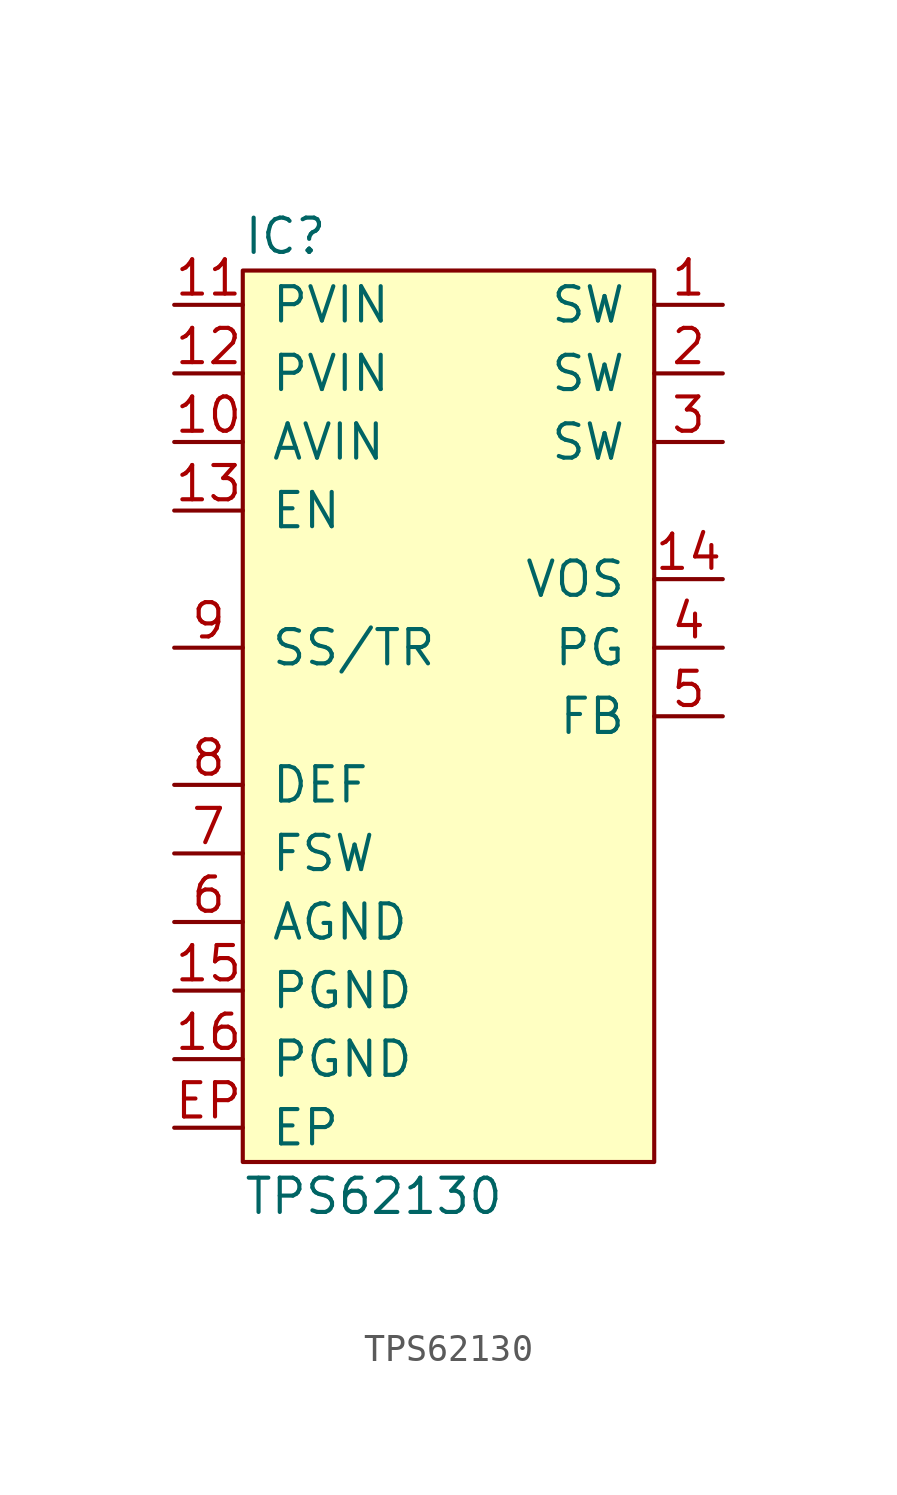
<source format=kicad_sym>
(kicad_symbol_lib
  (version 20211014)
  (generator agg_kicad.build_lib_ic)
  (symbol "TPS62130"
    (pin_names
      (offset 1.016))
    (property Reference IC
      (at -7.62 17.78 0)
      (effects (font (size 1.27 1.27)) (justify left)))
    (property Value "TPS62130"
      (at -7.62 -17.78 0)
      (effects (font (size 1.27 1.27)) (justify left)))
    (symbol "TPS62130_0_0"
      (rectangle (start -7.62 16.51) (end 7.62 -16.51) (stroke (width 0) (type default) (color 0 0 0 0)) (fill (type background)))
      (pin power_in line (at -10.16 15.24 0) (length 2.54) (name PVIN (effects (font (size 1.27 1.27)))) (number "11" (effects (font (size 1.27 1.27)))))
      (pin power_in line (at -10.16 12.7 0) (length 2.54) (name PVIN (effects (font (size 1.27 1.27)))) (number "12" (effects (font (size 1.27 1.27)))))
      (pin power_in line (at -10.16 10.16 0) (length 2.54) (name AVIN (effects (font (size 1.27 1.27)))) (number "10" (effects (font (size 1.27 1.27)))))
      (pin input line (at -10.16 7.62 0) (length 2.54) (name EN (effects (font (size 1.27 1.27)))) (number "13" (effects (font (size 1.27 1.27)))))
      (pin input line (at -10.16 2.54 0) (length 2.54) (name "SS/TR" (effects (font (size 1.27 1.27)))) (number "9" (effects (font (size 1.27 1.27)))))
      (pin input line (at -10.16 -2.54 0) (length 2.54) (name DEF (effects (font (size 1.27 1.27)))) (number "8" (effects (font (size 1.27 1.27)))))
      (pin input line (at -10.16 -5.08 0) (length 2.54) (name FSW (effects (font (size 1.27 1.27)))) (number "7" (effects (font (size 1.27 1.27)))))
      (pin power_in line (at -10.16 -7.62 0) (length 2.54) (name AGND (effects (font (size 1.27 1.27)))) (number "6" (effects (font (size 1.27 1.27)))))
      (pin power_in line (at -10.16 -10.16 0) (length 2.54) (name PGND (effects (font (size 1.27 1.27)))) (number "15" (effects (font (size 1.27 1.27)))))
      (pin power_in line (at -10.16 -12.7 0) (length 2.54) (name PGND (effects (font (size 1.27 1.27)))) (number "16" (effects (font (size 1.27 1.27)))))
      (pin power_in line (at -10.16 -15.24 0) (length 2.54) (name EP (effects (font (size 1.27 1.27)))) (number EP (effects (font (size 1.27 1.27)))))
      (pin passive line (at 10.16 15.24 180) (length 2.54) (name SW (effects (font (size 1.27 1.27)))) (number "1" (effects (font (size 1.27 1.27)))))
      (pin passive line (at 10.16 12.7 180) (length 2.54) (name SW (effects (font (size 1.27 1.27)))) (number "2" (effects (font (size 1.27 1.27)))))
      (pin passive line (at 10.16 10.16 180) (length 2.54) (name SW (effects (font (size 1.27 1.27)))) (number "3" (effects (font (size 1.27 1.27)))))
      (pin input line (at 10.16 5.08 180) (length 2.54) (name VOS (effects (font (size 1.27 1.27)))) (number "14" (effects (font (size 1.27 1.27)))))
      (pin open_collector line (at 10.16 2.54 180) (length 2.54) (name PG (effects (font (size 1.27 1.27)))) (number "4" (effects (font (size 1.27 1.27)))))
      (pin input line (at 10.16 0 180) (length 2.54) (name FB (effects (font (size 1.27 1.27)))) (number "5" (effects (font (size 1.27 1.27))))))))
</source>
